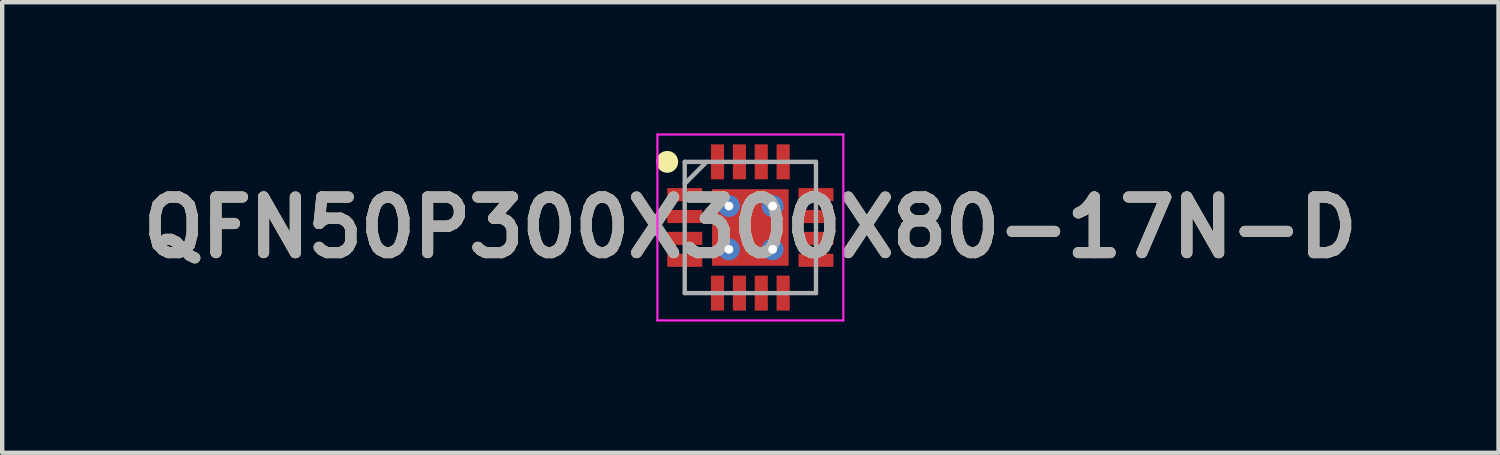
<source format=kicad_pcb>
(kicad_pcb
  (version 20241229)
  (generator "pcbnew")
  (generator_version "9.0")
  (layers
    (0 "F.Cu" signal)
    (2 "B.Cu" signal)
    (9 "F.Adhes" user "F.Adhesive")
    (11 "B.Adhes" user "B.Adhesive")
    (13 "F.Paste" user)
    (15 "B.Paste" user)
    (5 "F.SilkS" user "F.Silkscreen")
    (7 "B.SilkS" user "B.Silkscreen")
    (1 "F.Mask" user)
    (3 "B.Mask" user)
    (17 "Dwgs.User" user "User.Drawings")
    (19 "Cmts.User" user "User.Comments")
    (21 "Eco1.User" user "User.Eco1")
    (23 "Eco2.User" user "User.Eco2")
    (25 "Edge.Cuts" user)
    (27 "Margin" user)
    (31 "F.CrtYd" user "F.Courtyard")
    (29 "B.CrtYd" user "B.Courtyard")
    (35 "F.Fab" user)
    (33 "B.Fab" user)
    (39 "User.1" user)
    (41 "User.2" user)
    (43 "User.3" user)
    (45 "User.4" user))
  (footprint "QFN50P300X300X80-17N-D"
    (layer "F.Cu")
    (at 14.103 2.15)
    (property "Reference" "QFN50P300X300X80-17N-D" (at 0 0 0) (layer "F.SilkS") (effects (font (size 1.27 1.27) (thickness 0.254))))
    (attr smd)
    (fp_circle (center -1.9 -1.5) (end -1.9 -1.375) (stroke (width 0.25) (type solid)) (fill no) (layer "F.SilkS"))
    (fp_line (start -2.125 -2.125) (end 2.125 -2.125) (stroke (width 0.05) (type solid)) (layer "F.CrtYd"))
    (fp_line (start -2.125 2.125) (end -2.125 -2.125) (stroke (width 0.05) (type solid)) (layer "F.CrtYd"))
    (fp_line (start 2.125 -2.125) (end 2.125 2.125) (stroke (width 0.05) (type solid)) (layer "F.CrtYd"))
    (fp_line (start 2.125 2.125) (end -2.125 2.125) (stroke (width 0.05) (type solid)) (layer "F.CrtYd"))
    (fp_line (start -1.5 -1.5) (end 1.5 -1.5) (stroke (width 0.1) (type solid)) (layer "F.Fab"))
    (fp_line (start -1.5 -1) (end -1 -1.5) (stroke (width 0.1) (type solid)) (layer "F.Fab"))
    (fp_line (start -1.5 1.5) (end -1.5 -1.5) (stroke (width 0.1) (type solid)) (layer "F.Fab"))
    (fp_line (start 1.5 -1.5) (end 1.5 1.5) (stroke (width 0.1) (type solid)) (layer "F.Fab"))
    (fp_line (start 1.5 1.5) (end -1.5 1.5) (stroke (width 0.1) (type solid)) (layer "F.Fab"))
    (fp_text user "${REFERENCE}" (at 0 0 0) (layer "F.Fab") (effects (font (size 1.27 1.27) (thickness 0.254))))
    (pad "1" smd rect (at -1.5 -0.75 90) (size 0.3 0.8) (layers "F.Cu" "F.Mask" "F.Paste"))
    (pad "2" smd rect (at -1.5 -0.25 90) (size 0.3 0.8) (layers "F.Cu" "F.Mask" "F.Paste"))
    (pad "3" smd rect (at -1.5 0.25 90) (size 0.3 0.8) (layers "F.Cu" "F.Mask" "F.Paste"))
    (pad "4" smd rect (at -1.5 0.75 90) (size 0.3 0.8) (layers "F.Cu" "F.Mask" "F.Paste"))
    (pad "5" smd rect (at -0.75 1.5) (size 0.3 0.8) (layers "F.Cu" "F.Mask" "F.Paste"))
    (pad "6" smd rect (at -0.25 1.5) (size 0.3 0.8) (layers "F.Cu" "F.Mask" "F.Paste"))
    (pad "7" smd rect (at 0.25 1.5) (size 0.3 0.8) (layers "F.Cu" "F.Mask" "F.Paste"))
    (pad "8" smd rect (at 0.75 1.5) (size 0.3 0.8) (layers "F.Cu" "F.Mask" "F.Paste"))
    (pad "9" smd rect (at 1.5 0.75 90) (size 0.3 0.8) (layers "F.Cu" "F.Mask" "F.Paste"))
    (pad "10" smd rect (at 1.5 0.25 90) (size 0.3 0.8) (layers "F.Cu" "F.Mask" "F.Paste"))
    (pad "11" smd rect (at 1.5 -0.25 90) (size 0.3 0.8) (layers "F.Cu" "F.Mask" "F.Paste"))
    (pad "12" smd rect (at 1.5 -0.75 90) (size 0.3 0.8) (layers "F.Cu" "F.Mask" "F.Paste"))
    (pad "13" smd rect (at 0.75 -1.5) (size 0.3 0.8) (layers "F.Cu" "F.Mask" "F.Paste"))
    (pad "14" smd rect (at 0.25 -1.5) (size 0.3 0.8) (layers "F.Cu" "F.Mask" "F.Paste"))
    (pad "15" smd rect (at -0.25 -1.5) (size 0.3 0.8) (layers "F.Cu" "F.Mask" "F.Paste"))
    (pad "16" smd rect (at -0.75 -1.5) (size 0.3 0.8) (layers "F.Cu" "F.Mask" "F.Paste"))
    (pad "17" thru_hole circle (at -0.49 -0.49) (size 0.5 0.5) (drill 0.2) (layers "*.Cu" "*.Mask"))
    (pad "17" thru_hole circle (at -0.49 0.5) (size 0.5 0.5) (drill 0.2) (layers "*.Cu" "*.Mask"))
    (pad "17" smd rect (at 0 0) (size 1.75 1.75) (layers "F.Cu" "F.Mask" "F.Paste"))
    (pad "17" thru_hole circle (at 0.51 -0.49) (size 0.5 0.5) (drill 0.2) (layers "*.Cu" "*.Mask"))
    (pad "17" thru_hole circle (at 0.51 0.5) (size 0.5 0.5) (drill 0.2) (layers "*.Cu" "*.Mask")))
  (gr_rect
    (start -3 -3)
    (end 31.206 7.3)
    (stroke (width 0.1) (type default))
    (fill no)
    (layer "Edge.Cuts")))
</source>
